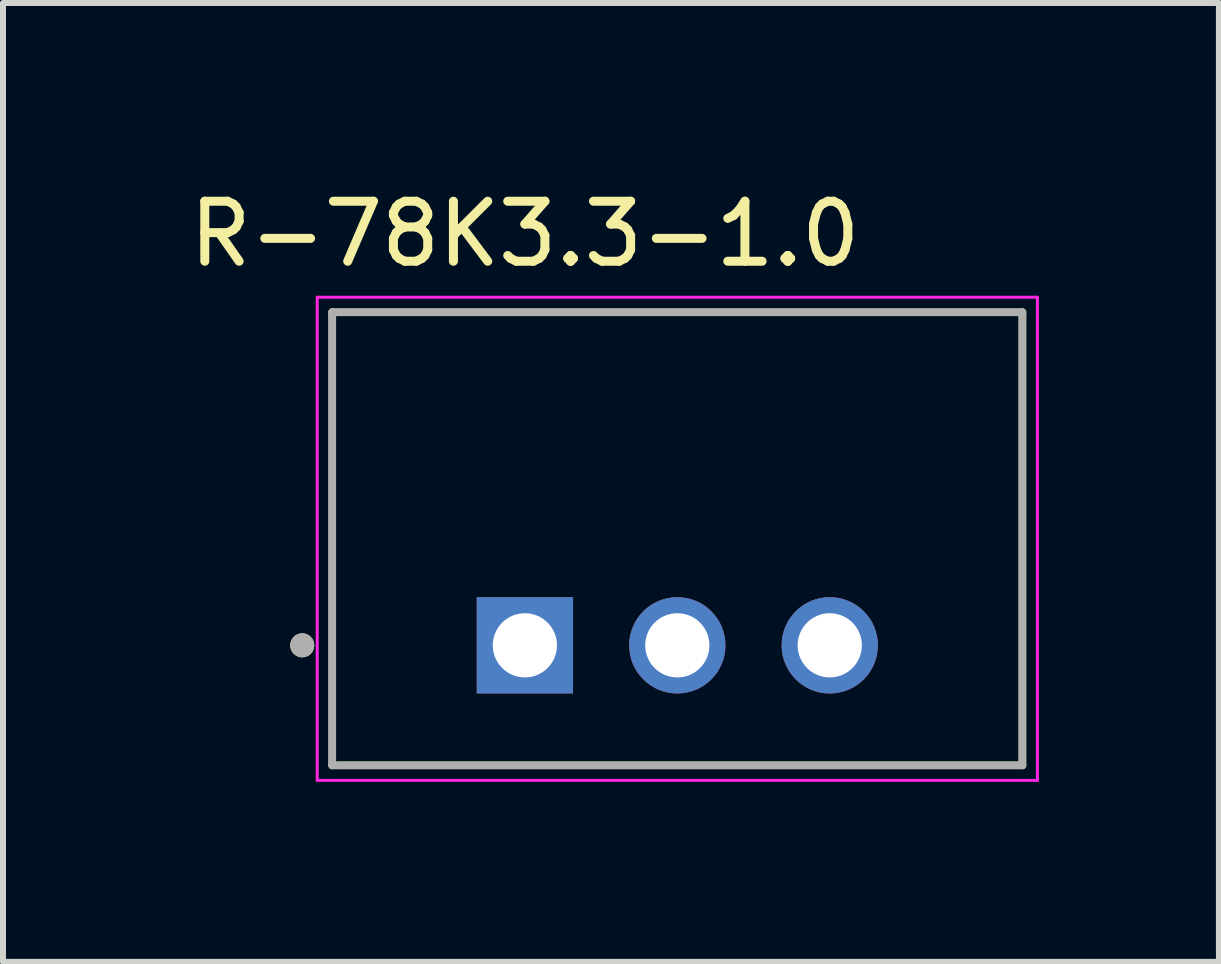
<source format=kicad_pcb>
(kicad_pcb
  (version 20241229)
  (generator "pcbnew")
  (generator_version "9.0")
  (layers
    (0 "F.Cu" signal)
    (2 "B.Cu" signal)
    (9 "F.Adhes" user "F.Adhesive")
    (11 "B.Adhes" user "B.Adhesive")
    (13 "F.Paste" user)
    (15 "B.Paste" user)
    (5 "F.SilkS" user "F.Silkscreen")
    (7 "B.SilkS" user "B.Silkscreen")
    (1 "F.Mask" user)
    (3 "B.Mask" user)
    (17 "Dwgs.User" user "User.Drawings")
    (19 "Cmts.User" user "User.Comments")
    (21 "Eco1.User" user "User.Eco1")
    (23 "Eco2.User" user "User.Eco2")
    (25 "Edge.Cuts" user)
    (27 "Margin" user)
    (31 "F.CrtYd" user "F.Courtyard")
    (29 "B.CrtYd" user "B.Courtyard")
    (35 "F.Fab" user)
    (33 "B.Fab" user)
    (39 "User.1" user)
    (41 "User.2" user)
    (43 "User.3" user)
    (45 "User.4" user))
  (footprint "R-78K3.3-1.0"
    (layer "F.Cu")
    (at 8.236 5.928)
    (property "Reference" "R-78K3.3-1.0" (at -2.54 -5.08 0) (layer "F.SilkS") (effects (font (size 1 1) (thickness 0.15))))
    (attr through_hole)
    (fp_line (start -5.75 -3.775) (end 5.75 -3.775) (stroke (width 0.127) (type solid)) (layer "F.SilkS"))
    (fp_line (start -5.75 3.775) (end -5.75 -3.775) (stroke (width 0.127) (type solid)) (layer "F.SilkS"))
    (fp_line (start 5.75 -3.775) (end 5.75 3.775) (stroke (width 0.127) (type solid)) (layer "F.SilkS"))
    (fp_line (start 5.75 3.775) (end -5.75 3.775) (stroke (width 0.127) (type solid)) (layer "F.SilkS"))
    (fp_circle (center -6.25 1.775) (end -6.15 1.775) (stroke (width 0.2) (type solid)) (fill no) (layer "F.SilkS"))
    (fp_line (start -6 -4.025) (end -6 4.025) (stroke (width 0.05) (type solid)) (layer "F.CrtYd"))
    (fp_line (start -6 4.025) (end 6 4.025) (stroke (width 0.05) (type solid)) (layer "F.CrtYd"))
    (fp_line (start 6 -4.025) (end -6 -4.025) (stroke (width 0.05) (type solid)) (layer "F.CrtYd"))
    (fp_line (start 6 4.025) (end 6 -4.025) (stroke (width 0.05) (type solid)) (layer "F.CrtYd"))
    (fp_line (start -5.75 -3.775) (end 5.75 -3.775) (stroke (width 0.127) (type solid)) (layer "F.Fab"))
    (fp_line (start -5.75 3.775) (end -5.75 -3.775) (stroke (width 0.127) (type solid)) (layer "F.Fab"))
    (fp_line (start 5.75 -3.775) (end 5.75 3.775) (stroke (width 0.127) (type solid)) (layer "F.Fab"))
    (fp_line (start 5.75 3.775) (end -5.75 3.775) (stroke (width 0.127) (type solid)) (layer "F.Fab"))
    (fp_circle (center -6.25 1.775) (end -6.15 1.775) (stroke (width 0.2) (type solid)) (fill no) (layer "F.Fab"))
    (pad "1" thru_hole rect (at -2.54 1.775) (size 1.605 1.605) (drill 1.07) (layers "*.Cu" "*.Mask"))
    (pad "2" thru_hole circle (at 0 1.775) (size 1.605 1.605) (drill 1.07) (layers "*.Cu" "*.Mask"))
    (pad "3" thru_hole circle (at 2.54 1.775) (size 1.605 1.605) (drill 1.07) (layers "*.Cu" "*.Mask")))
  (gr_rect
    (start -3 -3)
    (end 17.261 12.978)
    (stroke (width 0.1) (type default))
    (fill no)
    (layer "Edge.Cuts")))
</source>
